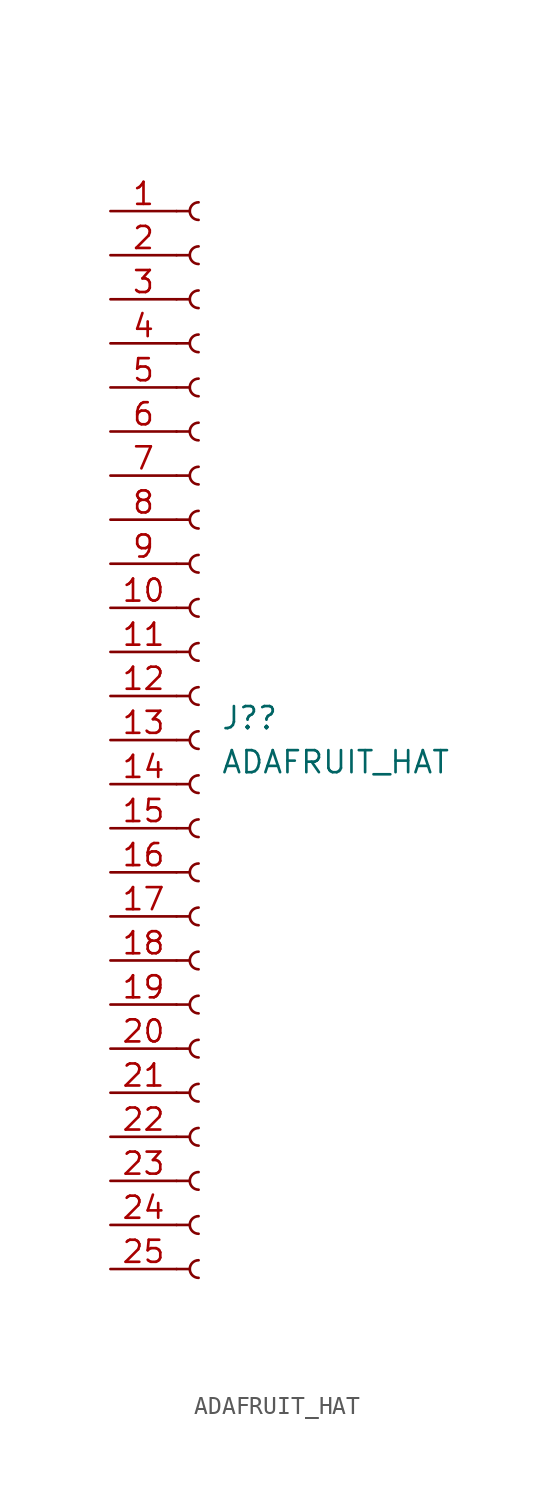
<source format=kicad_sym>
(kicad_symbol_lib
  (version 20211014)
  (generator kicad_symbol_editor)
  (symbol "ADAFRUIT_HAT"
    (pin_names
      (offset 1.016) hide)
    (property "Reference" "J?"
      (at 1.27 1.27 0)
      (effects (font (size 1.27 1.27)) (justify left)))
    (property "Value" "ADAFRUIT_HAT"
      (at 1.27 -1.27 0)
      (effects (font (size 1.27 1.27)) (justify left)))
    (symbol "ADAFRUIT_HAT_1_1"
      (arc (start 0 -29.972) (mid -0.508 -30.48) (end 0 -30.988) (stroke (width 0.1524) (type default) (color 0 0 0 0)) (fill (type none)))
      (arc (start 0 -27.432) (mid -0.508 -27.94) (end 0 -28.448) (stroke (width 0.1524) (type default) (color 0 0 0 0)) (fill (type none)))
      (arc (start 0 -24.892) (mid -0.508 -25.4) (end 0 -25.908) (stroke (width 0.1524) (type default) (color 0 0 0 0)) (fill (type none)))
      (arc (start 0 -22.352) (mid -0.508 -22.86) (end 0 -23.368) (stroke (width 0.1524) (type default) (color 0 0 0 0)) (fill (type none)))
      (arc (start 0 -19.812) (mid -0.508 -20.32) (end 0 -20.828) (stroke (width 0.1524) (type default) (color 0 0 0 0)) (fill (type none)))
      (arc (start 0 -17.272) (mid -0.508 -17.78) (end 0 -18.288) (stroke (width 0.1524) (type default) (color 0 0 0 0)) (fill (type none)))
      (arc (start 0 -14.732) (mid -0.508 -15.24) (end 0 -15.748) (stroke (width 0.1524) (type default) (color 0 0 0 0)) (fill (type none)))
      (arc (start 0 -12.192) (mid -0.508 -12.7) (end 0 -13.208) (stroke (width 0.1524) (type default) (color 0 0 0 0)) (fill (type none)))
      (arc (start 0 -9.652) (mid -0.508 -10.16) (end 0 -10.668) (stroke (width 0.1524) (type default) (color 0 0 0 0)) (fill (type none)))
      (arc (start 0 -7.112) (mid -0.508 -7.62) (end 0 -8.128) (stroke (width 0.1524) (type default) (color 0 0 0 0)) (fill (type none)))
      (arc (start 0 -4.572) (mid -0.508 -5.08) (end 0 -5.588) (stroke (width 0.1524) (type default) (color 0 0 0 0)) (fill (type none)))
      (arc (start 0 -2.032) (mid -0.508 -2.54) (end 0 -3.048) (stroke (width 0.1524) (type default) (color 0 0 0 0)) (fill (type none)))
      (polyline (pts (xy -1.27 -30.48) (xy -0.508 -30.48)) (stroke (width 0.152) (type default) (color 0 0 0 0)) (fill (type none)))
      (polyline (pts (xy -1.27 -27.94) (xy -0.508 -27.94)) (stroke (width 0.152) (type default) (color 0 0 0 0)) (fill (type none)))
      (polyline (pts (xy -1.27 -25.4) (xy -0.508 -25.4)) (stroke (width 0.152) (type default) (color 0 0 0 0)) (fill (type none)))
      (polyline (pts (xy -1.27 -22.86) (xy -0.508 -22.86)) (stroke (width 0.152) (type default) (color 0 0 0 0)) (fill (type none)))
      (polyline (pts (xy -1.27 -20.32) (xy -0.508 -20.32)) (stroke (width 0.152) (type default) (color 0 0 0 0)) (fill (type none)))
      (polyline (pts (xy -1.27 -17.78) (xy -0.508 -17.78)) (stroke (width 0.152) (type default) (color 0 0 0 0)) (fill (type none)))
      (polyline (pts (xy -1.27 -15.24) (xy -0.508 -15.24)) (stroke (width 0.152) (type default) (color 0 0 0 0)) (fill (type none)))
      (polyline (pts (xy -1.27 -12.7) (xy -0.508 -12.7)) (stroke (width 0.152) (type default) (color 0 0 0 0)) (fill (type none)))
      (polyline (pts (xy -1.27 -10.16) (xy -0.508 -10.16)) (stroke (width 0.152) (type default) (color 0 0 0 0)) (fill (type none)))
      (polyline (pts (xy -1.27 -7.62) (xy -0.508 -7.62)) (stroke (width 0.152) (type default) (color 0 0 0 0)) (fill (type none)))
      (polyline (pts (xy -1.27 -5.08) (xy -0.508 -5.08)) (stroke (width 0.152) (type default) (color 0 0 0 0)) (fill (type none)))
      (polyline (pts (xy -1.27 -2.54) (xy -0.508 -2.54)) (stroke (width 0.152) (type default) (color 0 0 0 0)) (fill (type none)))
      (polyline (pts (xy -1.27 0) (xy -0.508 0)) (stroke (width 0.152) (type default) (color 0 0 0 0)) (fill (type none)))
      (polyline (pts (xy -1.27 2.54) (xy -0.508 2.54)) (stroke (width 0.152) (type default) (color 0 0 0 0)) (fill (type none)))
      (polyline (pts (xy -1.27 5.08) (xy -0.508 5.08)) (stroke (width 0.152) (type default) (color 0 0 0 0)) (fill (type none)))
      (polyline (pts (xy -1.27 7.62) (xy -0.508 7.62)) (stroke (width 0.152) (type default) (color 0 0 0 0)) (fill (type none)))
      (polyline (pts (xy -1.27 10.16) (xy -0.508 10.16)) (stroke (width 0.152) (type default) (color 0 0 0 0)) (fill (type none)))
      (polyline (pts (xy -1.27 12.7) (xy -0.508 12.7)) (stroke (width 0.152) (type default) (color 0 0 0 0)) (fill (type none)))
      (polyline (pts (xy -1.27 15.24) (xy -0.508 15.24)) (stroke (width 0.152) (type default) (color 0 0 0 0)) (fill (type none)))
      (polyline (pts (xy -1.27 17.78) (xy -0.508 17.78)) (stroke (width 0.152) (type default) (color 0 0 0 0)) (fill (type none)))
      (polyline (pts (xy -1.27 20.32) (xy -0.508 20.32)) (stroke (width 0.152) (type default) (color 0 0 0 0)) (fill (type none)))
      (polyline (pts (xy -1.27 22.86) (xy -0.508 22.86)) (stroke (width 0.152) (type default) (color 0 0 0 0)) (fill (type none)))
      (polyline (pts (xy -1.27 25.4) (xy -0.508 25.4)) (stroke (width 0.152) (type default) (color 0 0 0 0)) (fill (type none)))
      (polyline (pts (xy -1.27 27.94) (xy -0.508 27.94)) (stroke (width 0.152) (type default) (color 0 0 0 0)) (fill (type none)))
      (polyline (pts (xy -1.27 30.48) (xy -0.508 30.48)) (stroke (width 0.152) (type default) (color 0 0 0 0)) (fill (type none)))
      (arc (start 0 0.508) (mid -0.508 0) (end 0 -0.508) (stroke (width 0.1524) (type default) (color 0 0 0 0)) (fill (type none)))
      (arc (start 0 3.048) (mid -0.508 2.54) (end 0 2.032) (stroke (width 0.1524) (type default) (color 0 0 0 0)) (fill (type none)))
      (arc (start 0 5.588) (mid -0.508 5.08) (end 0 4.572) (stroke (width 0.1524) (type default) (color 0 0 0 0)) (fill (type none)))
      (arc (start 0 8.128) (mid -0.508 7.62) (end 0 7.112) (stroke (width 0.1524) (type default) (color 0 0 0 0)) (fill (type none)))
      (arc (start 0 10.668) (mid -0.508 10.16) (end 0 9.652) (stroke (width 0.1524) (type default) (color 0 0 0 0)) (fill (type none)))
      (arc (start 0 13.208) (mid -0.508 12.7) (end 0 12.192) (stroke (width 0.1524) (type default) (color 0 0 0 0)) (fill (type none)))
      (arc (start 0 15.748) (mid -0.508 15.24) (end 0 14.732) (stroke (width 0.1524) (type default) (color 0 0 0 0)) (fill (type none)))
      (arc (start 0 18.288) (mid -0.508 17.78) (end 0 17.272) (stroke (width 0.1524) (type default) (color 0 0 0 0)) (fill (type none)))
      (arc (start 0 20.828) (mid -0.508 20.32) (end 0 19.812) (stroke (width 0.1524) (type default) (color 0 0 0 0)) (fill (type none)))
      (arc (start 0 23.368) (mid -0.508 22.86) (end 0 22.352) (stroke (width 0.1524) (type default) (color 0 0 0 0)) (fill (type none)))
      (arc (start 0 25.908) (mid -0.508 25.4) (end 0 24.892) (stroke (width 0.1524) (type default) (color 0 0 0 0)) (fill (type none)))
      (arc (start 0 28.448) (mid -0.508 27.94) (end 0 27.432) (stroke (width 0.1524) (type default) (color 0 0 0 0)) (fill (type none)))
      (arc (start 0 30.988) (mid -0.508 30.48) (end 0 29.972) (stroke (width 0.1524) (type default) (color 0 0 0 0)) (fill (type none)))
      (pin passive line (at -5.08 30.48 0) (length 3.81) (name "SDA" (effects (font (size 1.27 1.27)))) (number "1" (effects (font (size 1.27 1.27)))))
      (pin passive line (at -5.08 7.62 0) (length 3.81) (name "GPIO23" (effects (font (size 1.27 1.27)))) (number "10" (effects (font (size 1.27 1.27)))))
      (pin passive line (at -5.08 5.08 0) (length 3.81) (name "GPIO24" (effects (font (size 1.27 1.27)))) (number "11" (effects (font (size 1.27 1.27)))))
      (pin passive line (at -5.08 2.54 0) (length 3.81) (name "GPIO25" (effects (font (size 1.27 1.27)))) (number "12" (effects (font (size 1.27 1.27)))))
      (pin passive line (at -5.08 0 0) (length 3.81) (name "MOSI" (effects (font (size 1.27 1.27)))) (number "13" (effects (font (size 1.27 1.27)))))
      (pin passive line (at -5.08 -2.54 0) (length 3.81) (name "MISO" (effects (font (size 1.27 1.27)))) (number "14" (effects (font (size 1.27 1.27)))))
      (pin passive line (at -5.08 -5.08 0) (length 3.81) (name "CLK" (effects (font (size 1.27 1.27)))) (number "15" (effects (font (size 1.27 1.27)))))
      (pin passive line (at -5.08 -7.62 0) (length 3.81) (name "CE0" (effects (font (size 1.27 1.27)))) (number "16" (effects (font (size 1.27 1.27)))))
      (pin passive line (at -5.08 -10.16 0) (length 3.81) (name "CE1" (effects (font (size 1.27 1.27)))) (number "17" (effects (font (size 1.27 1.27)))))
      (pin passive line (at -5.08 -12.7 0) (length 3.81) (name "GPIO5" (effects (font (size 1.27 1.27)))) (number "18" (effects (font (size 1.27 1.27)))))
      (pin passive line (at -5.08 -15.24 0) (length 3.81) (name "GPIO6" (effects (font (size 1.27 1.27)))) (number "19" (effects (font (size 1.27 1.27)))))
      (pin passive line (at -5.08 27.94 0) (length 3.81) (name "SCL" (effects (font (size 1.27 1.27)))) (number "2" (effects (font (size 1.27 1.27)))))
      (pin passive line (at -5.08 -17.78 0) (length 3.81) (name "GPIO12" (effects (font (size 1.27 1.27)))) (number "20" (effects (font (size 1.27 1.27)))))
      (pin passive line (at -5.08 -20.32 0) (length 3.81) (name "GPIO13" (effects (font (size 1.27 1.27)))) (number "21" (effects (font (size 1.27 1.27)))))
      (pin passive line (at -5.08 -22.86 0) (length 3.81) (name "GPIO16" (effects (font (size 1.27 1.27)))) (number "22" (effects (font (size 1.27 1.27)))))
      (pin passive line (at -5.08 -25.4 0) (length 3.81) (name "GPIO19" (effects (font (size 1.27 1.27)))) (number "23" (effects (font (size 1.27 1.27)))))
      (pin passive line (at -5.08 -27.94 0) (length 3.81) (name "GPIO20" (effects (font (size 1.27 1.27)))) (number "24" (effects (font (size 1.27 1.27)))))
      (pin passive line (at -5.08 -30.48 0) (length 3.81) (name "GPIO21" (effects (font (size 1.27 1.27)))) (number "25" (effects (font (size 1.27 1.27)))))
      (pin passive line (at -5.08 25.4 0) (length 3.81) (name "TXD" (effects (font (size 1.27 1.27)))) (number "3" (effects (font (size 1.27 1.27)))))
      (pin passive line (at -5.08 22.86 0) (length 3.81) (name "RXD" (effects (font (size 1.27 1.27)))) (number "4" (effects (font (size 1.27 1.27)))))
      (pin passive line (at -5.08 20.32 0) (length 3.81) (name "GPIO4" (effects (font (size 1.27 1.27)))) (number "5" (effects (font (size 1.27 1.27)))))
      (pin passive line (at -5.08 17.78 0) (length 3.81) (name "GPIO17" (effects (font (size 1.27 1.27)))) (number "6" (effects (font (size 1.27 1.27)))))
      (pin passive line (at -5.08 15.24 0) (length 3.81) (name "GPIO18" (effects (font (size 1.27 1.27)))) (number "7" (effects (font (size 1.27 1.27)))))
      (pin passive line (at -5.08 12.7 0) (length 3.81) (name "GPIO27" (effects (font (size 1.27 1.27)))) (number "8" (effects (font (size 1.27 1.27)))))
      (pin passive line (at -5.08 10.16 0) (length 3.81) (name "GPIO22" (effects (font (size 1.27 1.27)))) (number "9" (effects (font (size 1.27 1.27))))))))
</source>
